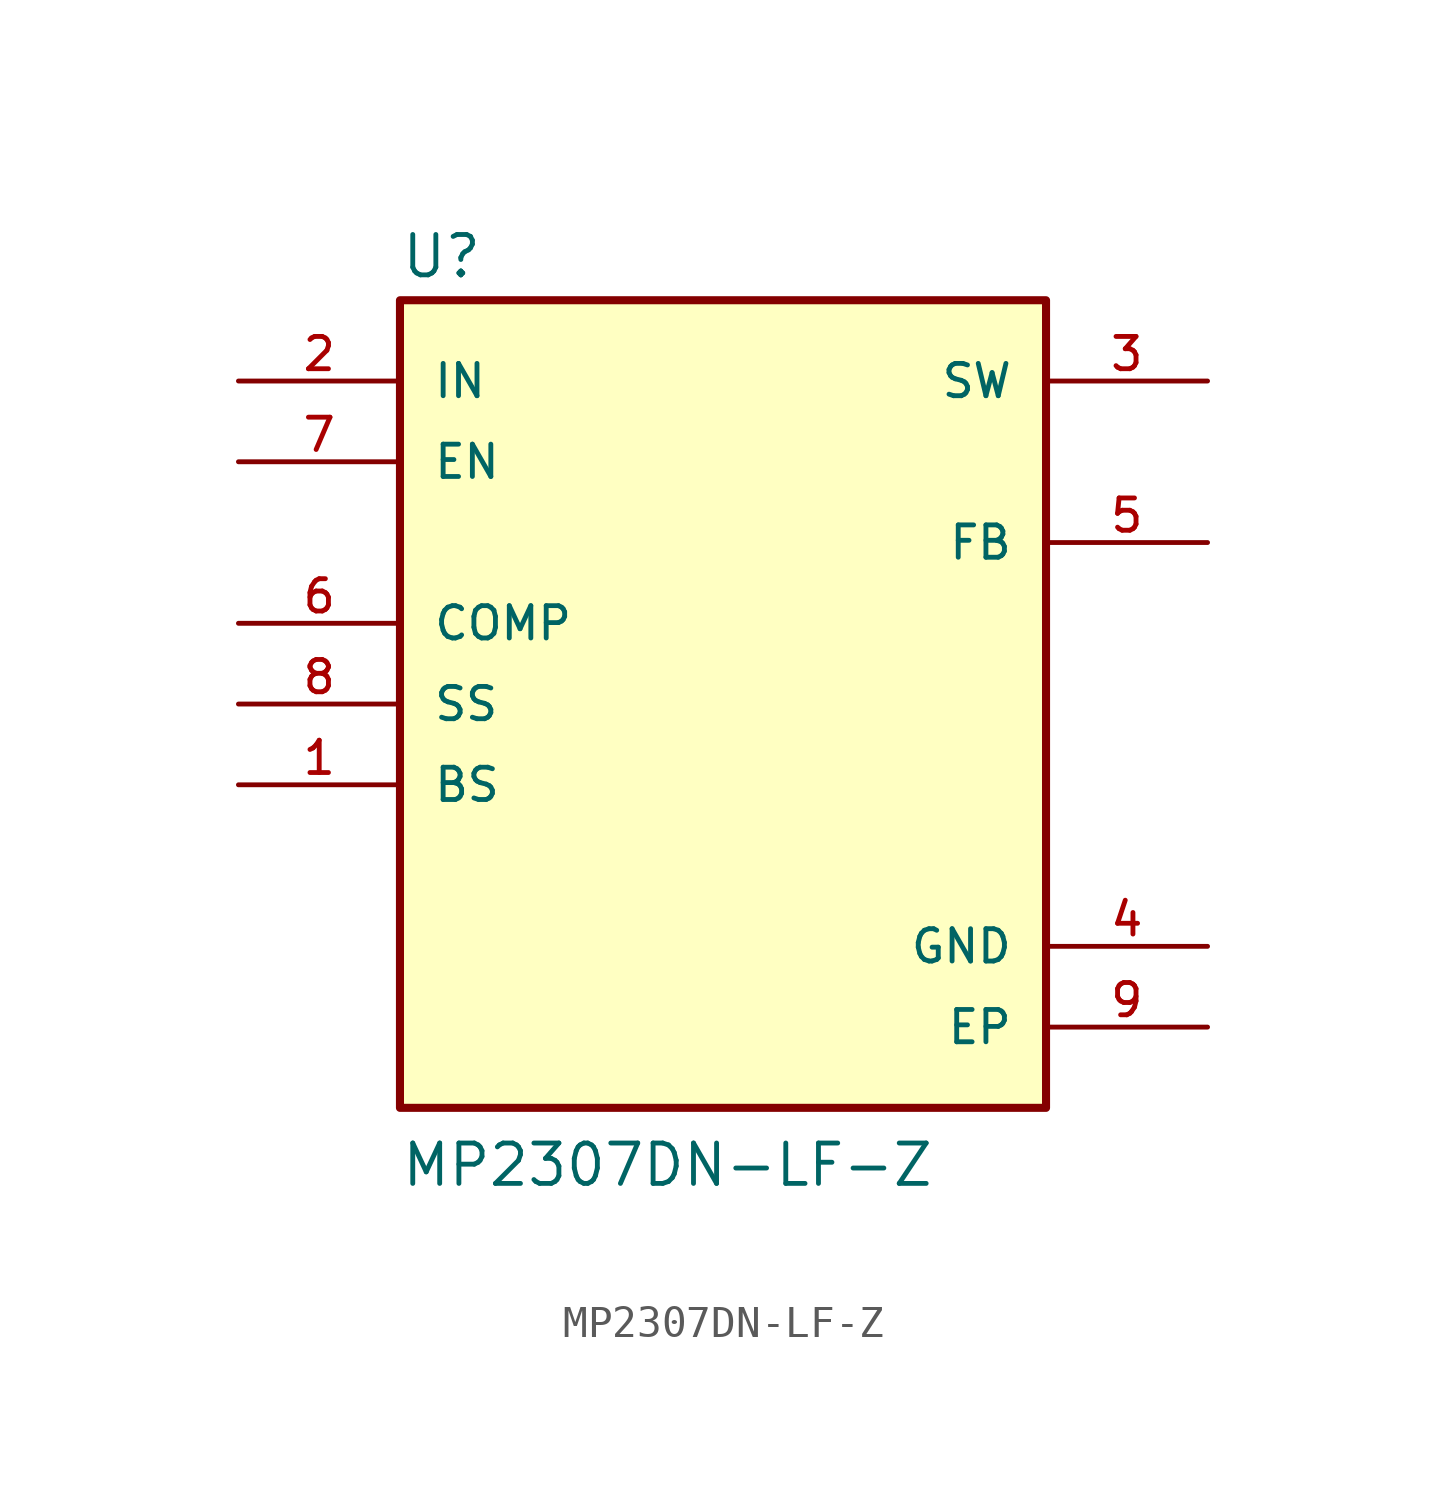
<source format=kicad_sym>
(kicad_symbol_lib
  (version 20211014)
  (generator kicad_symbol_editor)
  (symbol "MP2307DN-LF-Z"
    (pin_names
      (offset 1.016))
    (property "Reference" "U"
      (at -10.16 13.335 0)
      (effects (font (size 1.27 1.27)) (justify bottom left)))
    (property "Value" "MP2307DN-LF-Z"
      (at -10.16 -15.24 0)
      (effects (font (size 1.27 1.27)) (justify bottom left)))
    (symbol "MP2307DN-LF-Z_0_0"
      (rectangle (start -10.16 -12.7) (end 10.16 12.7) (stroke (width 0.254)) (fill (type background)))
      (pin passive line (at -15.24 -2.54 0) (length 5.08) (name "BS" (effects (font (size 1.016 1.016)))) (number "1" (effects (font (size 1.016 1.016)))))
      (pin input line (at -15.24 10.16 0) (length 5.08) (name "IN" (effects (font (size 1.016 1.016)))) (number "2" (effects (font (size 1.016 1.016)))))
      (pin output line (at 15.24 10.16 180.0) (length 5.08) (name "SW" (effects (font (size 1.016 1.016)))) (number "3" (effects (font (size 1.016 1.016)))))
      (pin power_in line (at 15.24 -7.62 180.0) (length 5.08) (name "GND" (effects (font (size 1.016 1.016)))) (number "4" (effects (font (size 1.016 1.016)))))
      (pin input line (at 15.24 5.08 180.0) (length 5.08) (name "FB" (effects (font (size 1.016 1.016)))) (number "5" (effects (font (size 1.016 1.016)))))
      (pin passive line (at -15.24 2.54 0) (length 5.08) (name "COMP" (effects (font (size 1.016 1.016)))) (number "6" (effects (font (size 1.016 1.016)))))
      (pin input line (at -15.24 7.62 0) (length 5.08) (name "EN" (effects (font (size 1.016 1.016)))) (number "7" (effects (font (size 1.016 1.016)))))
      (pin passive line (at -15.24 0.0 0) (length 5.08) (name "SS" (effects (font (size 1.016 1.016)))) (number "8" (effects (font (size 1.016 1.016)))))
      (pin power_in line (at 15.24 -10.16 180.0) (length 5.08) (name "EP" (effects (font (size 1.016 1.016)))) (number "9" (effects (font (size 1.016 1.016))))))))
</source>
